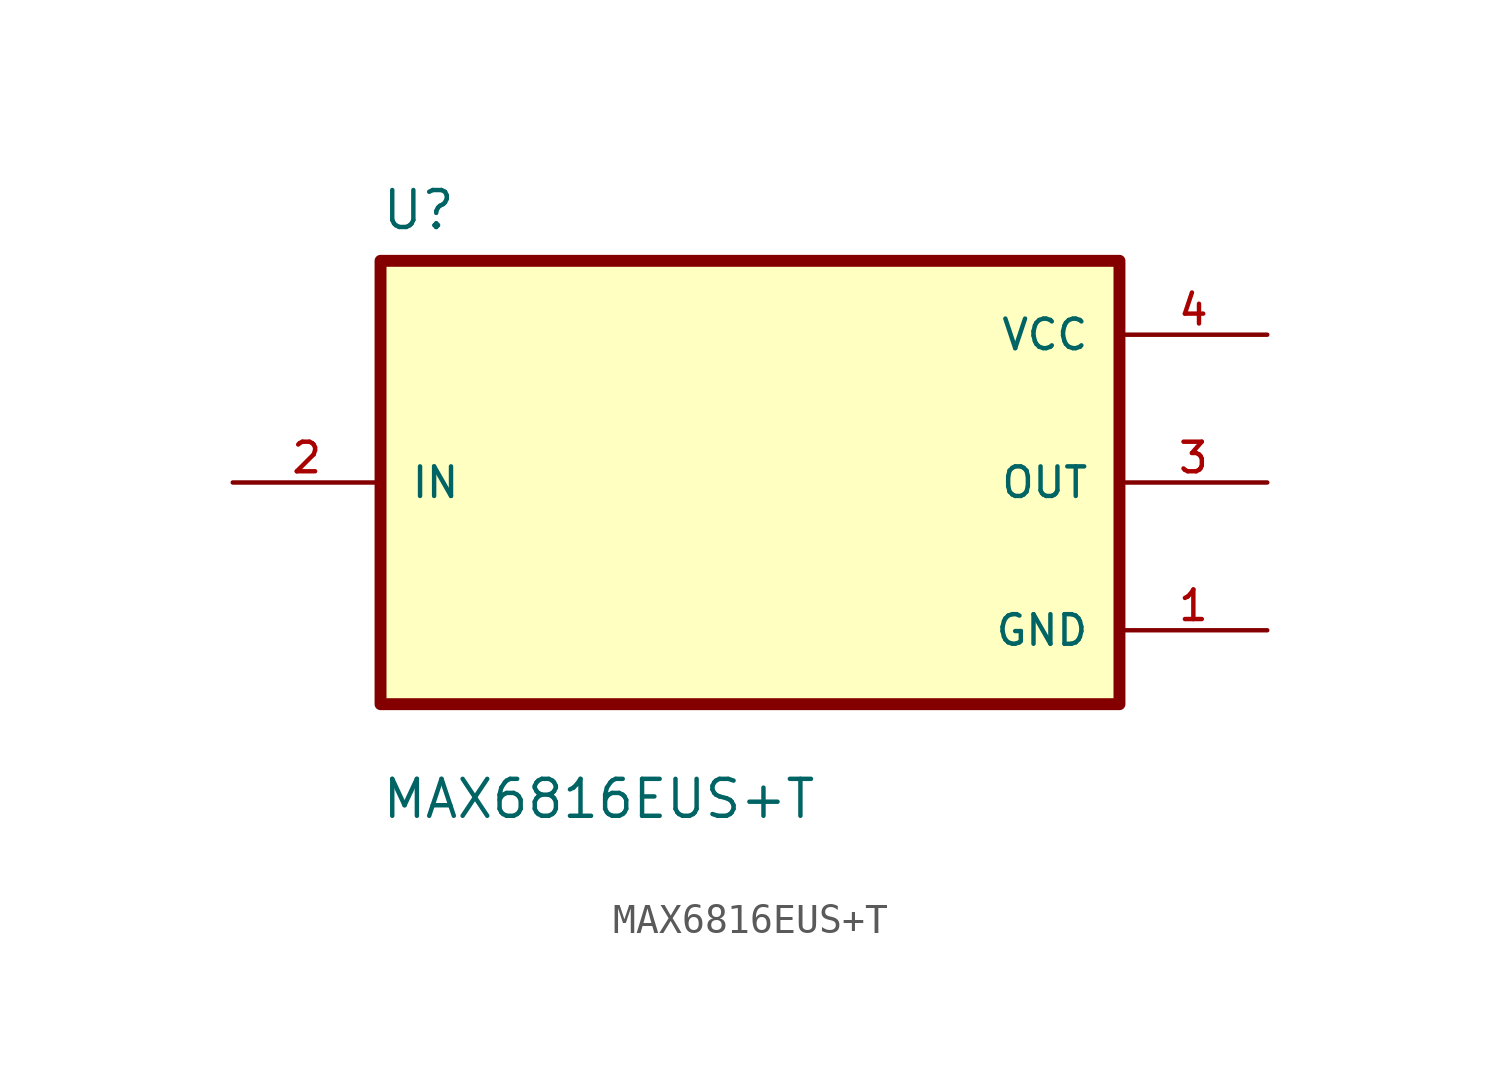
<source format=kicad_sym>
(kicad_symbol_lib
  (version 20211014)
  (generator kicad_symbol_editor)
  (symbol "MAX6816EUS+T"
    (pin_names
      (offset 1.016))
    (property "Reference" "U"
      (at -12.7 8.62 0.0)
      (effects (font (size 1.27 1.27)) (justify bottom left)))
    (property "Value" "MAX6816EUS+T"
      (at -12.7 -11.62 0.0)
      (effects (font (size 1.27 1.27)) (justify bottom left)))
    (symbol "MAX6816EUS+T_0_0"
      (rectangle (start -12.7 -7.62) (end 12.7 7.62) (stroke (width 0.41)) (fill (type background)))
      (pin input line (at -17.78 0.0 0) (length 5.08) (name "IN" (effects (font (size 1.016 1.016)))) (number "2" (effects (font (size 1.016 1.016)))))
      (pin power_in line (at 17.78 5.08 180.0) (length 5.08) (name "VCC" (effects (font (size 1.016 1.016)))) (number "4" (effects (font (size 1.016 1.016)))))
      (pin output line (at 17.78 0.0 180.0) (length 5.08) (name "OUT" (effects (font (size 1.016 1.016)))) (number "3" (effects (font (size 1.016 1.016)))))
      (pin power_in line (at 17.78 -5.08 180.0) (length 5.08) (name "GND" (effects (font (size 1.016 1.016)))) (number "1" (effects (font (size 1.016 1.016))))))))
</source>
